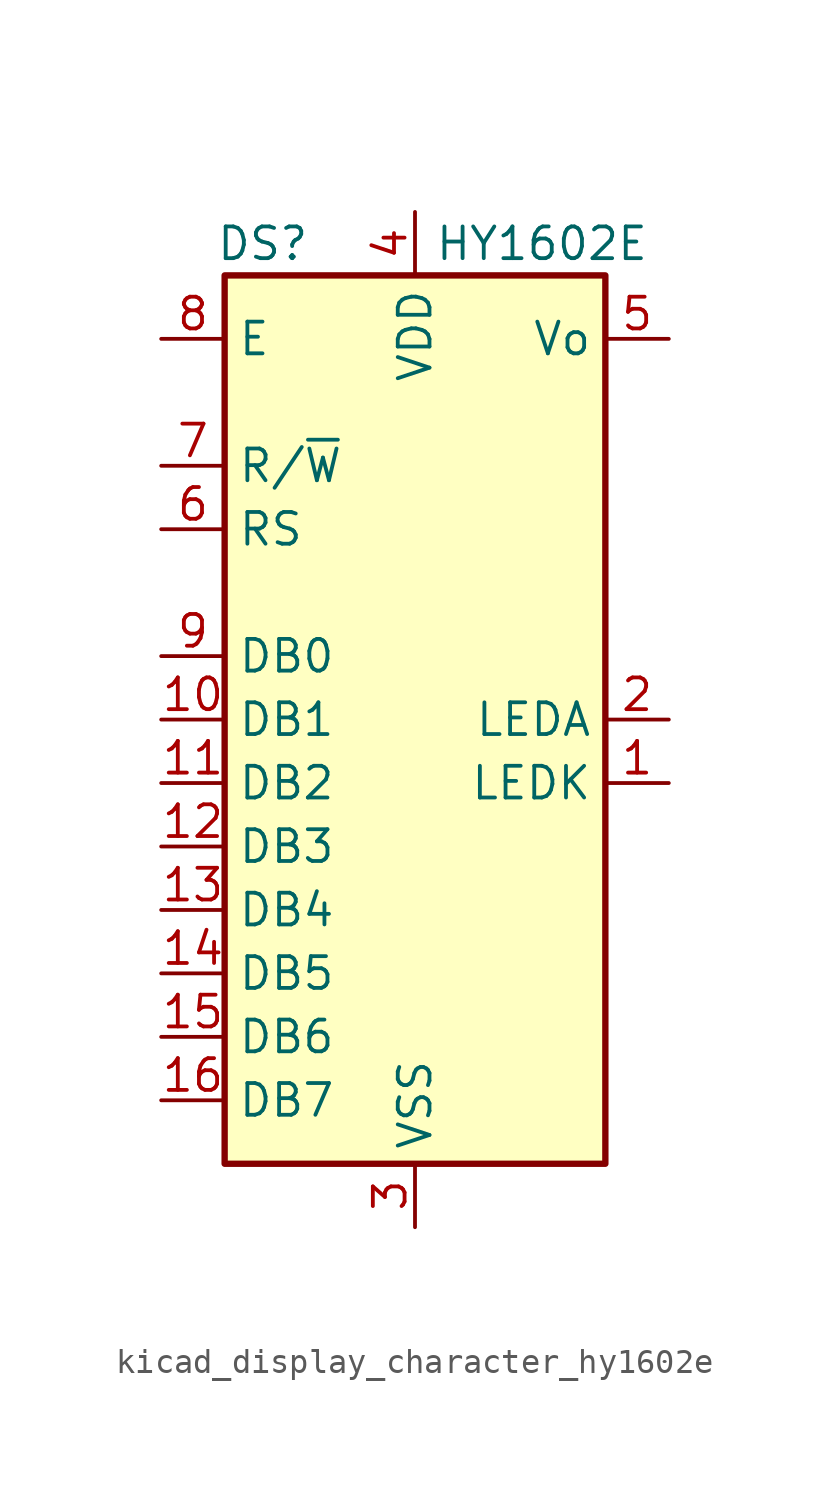
<source format=kicad_sym>
(kicad_symbol_lib
  (version 20220914)
  (generator kicad_symbol_editor)
  (symbol "kicad_display_character_hy1602e"
    (property "Reference" "DS"
      (at -6.096 19.05 0)
      (effects (font (size 1.27 1.27))))
    (property "Value" "HY1602E"
      (at 5.08 19.05 0)
      (effects (font (size 1.27 1.27))))
    (symbol "kicad_display_character_hy1602e_0_1"
      (rectangle (start -7.62 17.78) (end 7.62 -17.78) (stroke (width 0.254) (type default)) (fill (type background))))
    (symbol "kicad_display_character_hy1602e_1_1"
      (pin passive line (at 10.16 -2.54 180) (length 2.54) (name "LEDK" (effects (font (size 1.27 1.27)))) (number "1" (effects (font (size 1.27 1.27)))))
      (pin bidirectional line (at -10.16 0 0) (length 2.54) (name "DB1" (effects (font (size 1.27 1.27)))) (number "10" (effects (font (size 1.27 1.27)))))
      (pin bidirectional line (at -10.16 -2.54 0) (length 2.54) (name "DB2" (effects (font (size 1.27 1.27)))) (number "11" (effects (font (size 1.27 1.27)))))
      (pin bidirectional line (at -10.16 -5.08 0) (length 2.54) (name "DB3" (effects (font (size 1.27 1.27)))) (number "12" (effects (font (size 1.27 1.27)))))
      (pin bidirectional line (at -10.16 -7.62 0) (length 2.54) (name "DB4" (effects (font (size 1.27 1.27)))) (number "13" (effects (font (size 1.27 1.27)))))
      (pin bidirectional line (at -10.16 -10.16 0) (length 2.54) (name "DB5" (effects (font (size 1.27 1.27)))) (number "14" (effects (font (size 1.27 1.27)))))
      (pin bidirectional line (at -10.16 -12.7 0) (length 2.54) (name "DB6" (effects (font (size 1.27 1.27)))) (number "15" (effects (font (size 1.27 1.27)))))
      (pin bidirectional line (at -10.16 -15.24 0) (length 2.54) (name "DB7" (effects (font (size 1.27 1.27)))) (number "16" (effects (font (size 1.27 1.27)))))
      (pin passive line (at 10.16 0 180) (length 2.54) (name "LEDA" (effects (font (size 1.27 1.27)))) (number "2" (effects (font (size 1.27 1.27)))))
      (pin power_in line (at 0 -20.32 90) (length 2.54) (name "VSS" (effects (font (size 1.27 1.27)))) (number "3" (effects (font (size 1.27 1.27)))))
      (pin power_in line (at 0 20.32 270) (length 2.54) (name "VDD" (effects (font (size 1.27 1.27)))) (number "4" (effects (font (size 1.27 1.27)))))
      (pin input line (at 10.16 15.24 180) (length 2.54) (name "Vo" (effects (font (size 1.27 1.27)))) (number "5" (effects (font (size 1.27 1.27)))))
      (pin input line (at -10.16 7.62 0) (length 2.54) (name "RS" (effects (font (size 1.27 1.27)))) (number "6" (effects (font (size 1.27 1.27)))))
      (pin input line (at -10.16 10.16 0) (length 2.54) (name "R/~{W}" (effects (font (size 1.27 1.27)))) (number "7" (effects (font (size 1.27 1.27)))))
      (pin input line (at -10.16 15.24 0) (length 2.54) (name "E" (effects (font (size 1.27 1.27)))) (number "8" (effects (font (size 1.27 1.27)))))
      (pin bidirectional line (at -10.16 2.54 0) (length 2.54) (name "DB0" (effects (font (size 1.27 1.27)))) (number "9" (effects (font (size 1.27 1.27))))))))
</source>
